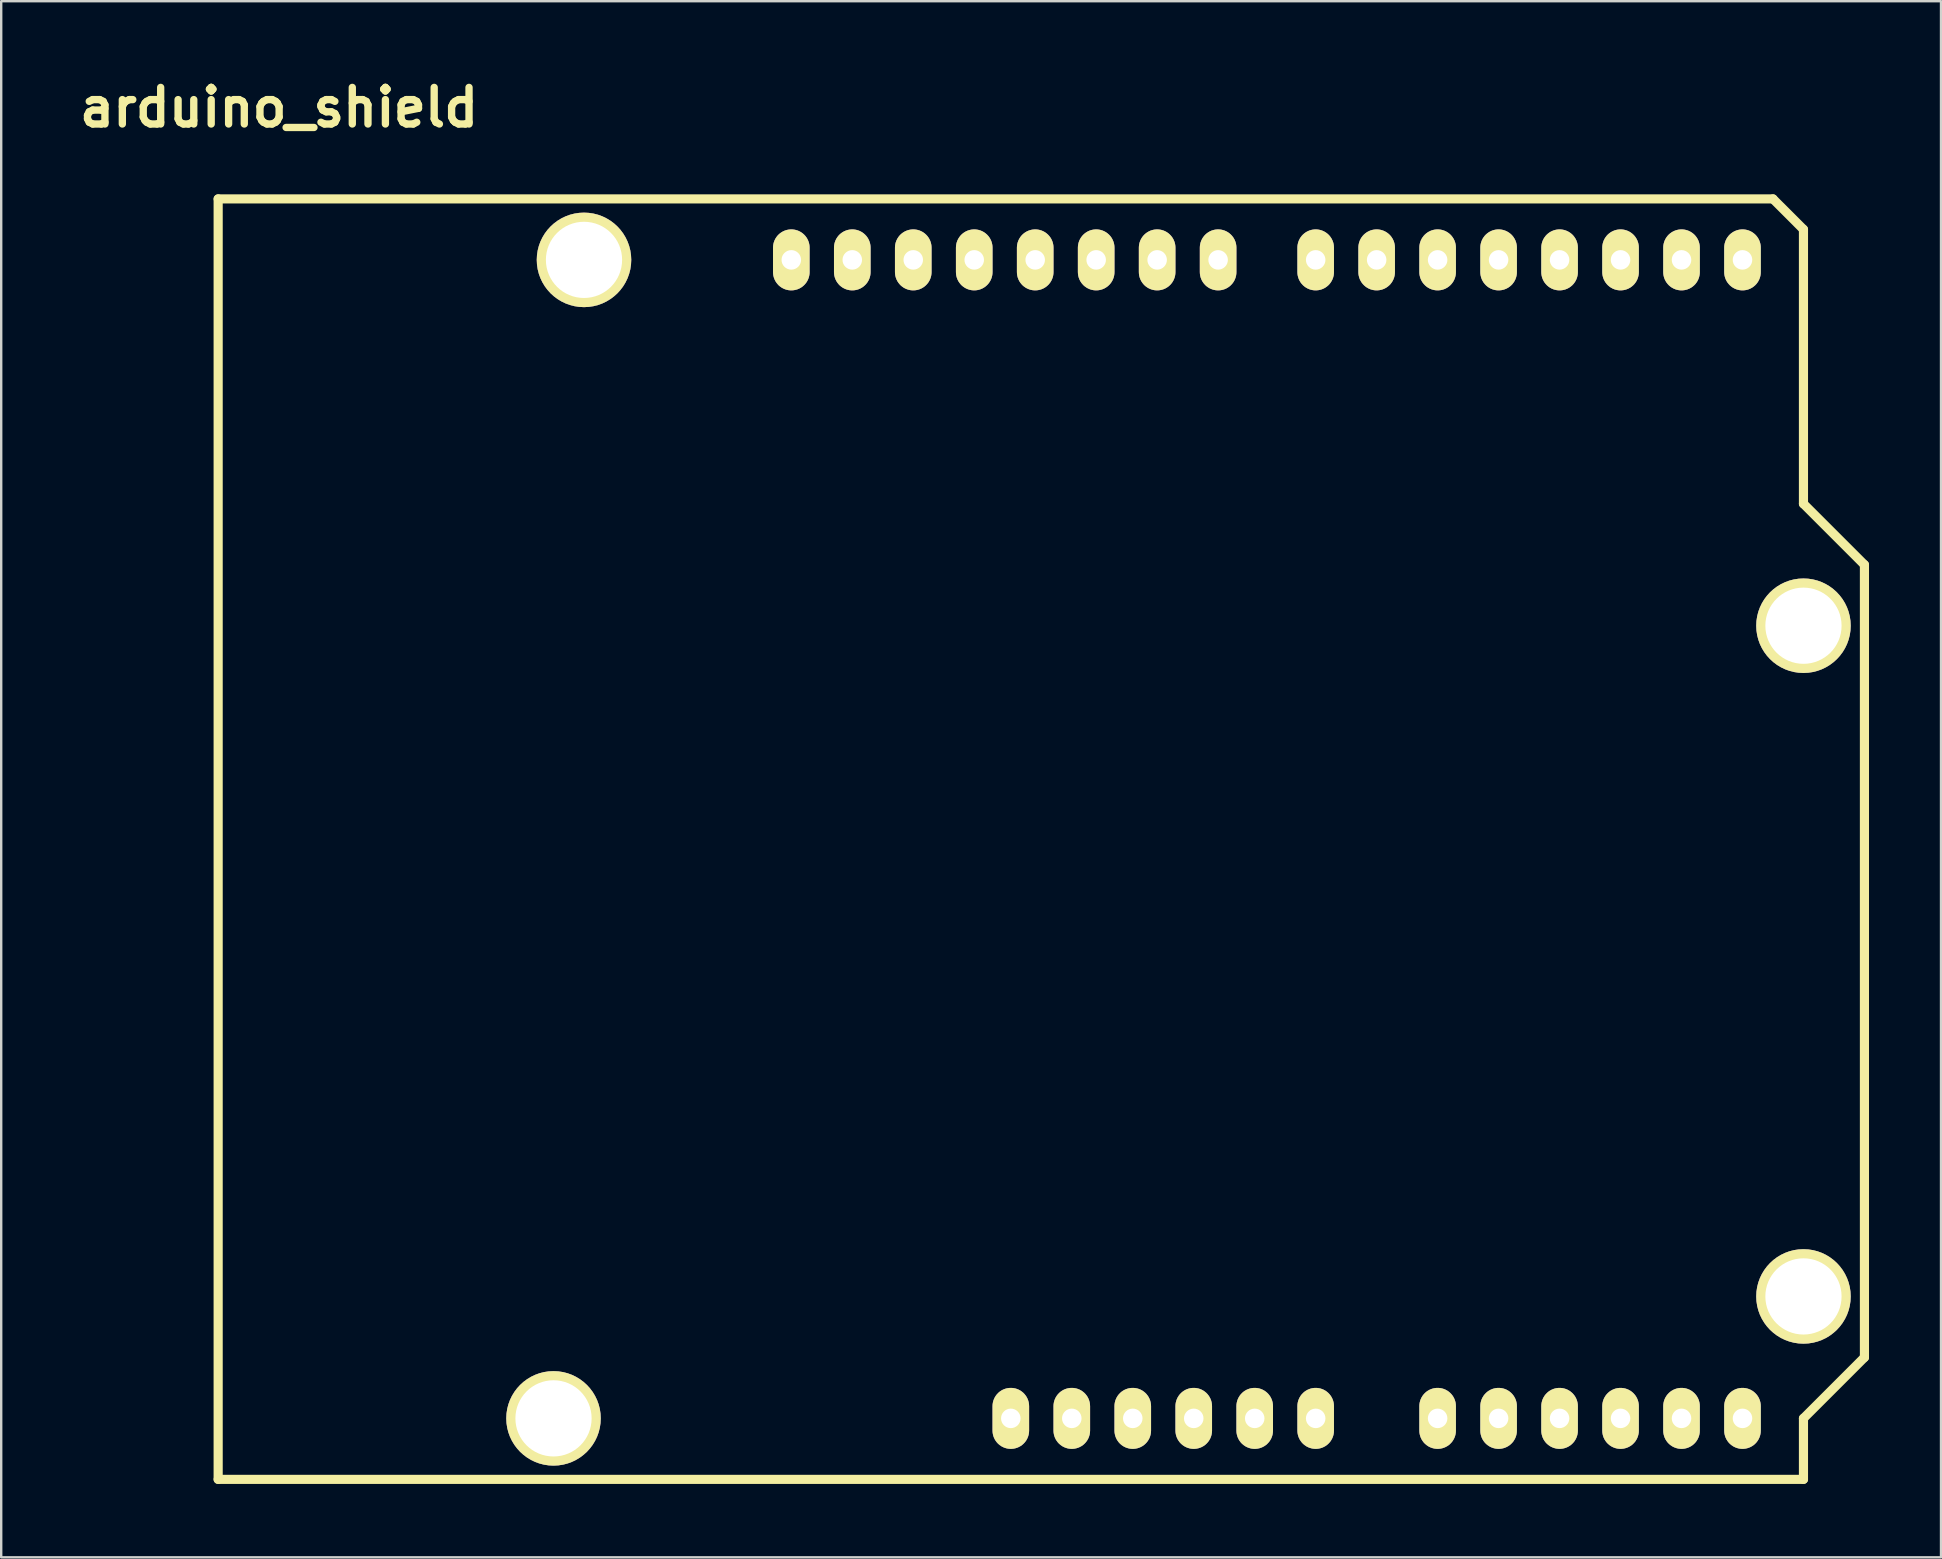
<source format=kicad_pcb>
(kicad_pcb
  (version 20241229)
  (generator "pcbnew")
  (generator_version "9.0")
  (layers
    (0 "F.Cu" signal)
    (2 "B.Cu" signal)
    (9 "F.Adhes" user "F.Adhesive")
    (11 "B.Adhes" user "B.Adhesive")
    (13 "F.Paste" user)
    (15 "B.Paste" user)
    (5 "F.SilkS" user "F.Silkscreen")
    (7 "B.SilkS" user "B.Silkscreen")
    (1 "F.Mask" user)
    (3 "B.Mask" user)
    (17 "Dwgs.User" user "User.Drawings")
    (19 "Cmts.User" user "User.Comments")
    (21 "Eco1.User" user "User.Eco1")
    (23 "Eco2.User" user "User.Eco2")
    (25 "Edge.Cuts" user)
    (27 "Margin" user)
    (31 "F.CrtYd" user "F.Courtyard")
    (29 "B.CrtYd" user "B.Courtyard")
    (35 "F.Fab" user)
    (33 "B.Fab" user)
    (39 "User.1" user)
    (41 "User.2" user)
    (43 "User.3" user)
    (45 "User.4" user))
  (footprint "arduino_shield"
    (layer "F.Cu")
    (at 6.038 58.576)
    (property "Reference" "arduino_shield" (at 2.54 -57.15 0) (layer "F.SilkS") (effects (font (size 1.524 1.524) (thickness 0.305))))
    (attr through_hole)
    (fp_line (start 0 0) (end 0 -53.34) (stroke (width 0.381) (type solid)) (layer "F.SilkS"))
    (fp_line (start 64.77 -53.34) (end 0 -53.34) (stroke (width 0.381) (type solid)) (layer "F.SilkS"))
    (fp_line (start 66.04 -52.07) (end 64.77 -53.34) (stroke (width 0.381) (type solid)) (layer "F.SilkS"))
    (fp_line (start 66.04 -40.64) (end 66.04 -52.07) (stroke (width 0.381) (type solid)) (layer "F.SilkS"))
    (fp_line (start 66.04 -40.64) (end 68.58 -38.1) (stroke (width 0.381) (type solid)) (layer "F.SilkS"))
    (fp_line (start 66.04 -2.54) (end 66.04 0) (stroke (width 0.381) (type solid)) (layer "F.SilkS"))
    (fp_line (start 66.04 0) (end 0 0) (stroke (width 0.381) (type solid)) (layer "F.SilkS"))
    (fp_line (start 68.58 -38.1) (end 68.58 -5.08) (stroke (width 0.381) (type solid)) (layer "F.SilkS"))
    (fp_line (start 68.58 -5.08) (end 66.04 -2.54) (stroke (width 0.381) (type solid)) (layer "F.SilkS"))
    (pad "" thru_hole circle (at 13.97 -2.54 90) (size 3.937 3.937) (drill 3.175) (layers "*.Cu" "*.Mask" "F.SilkS"))
    (pad "" thru_hole circle (at 15.24 -50.8 90) (size 3.937 3.937) (drill 3.175) (layers "*.Cu" "*.Mask" "F.SilkS"))
    (pad "" thru_hole circle (at 66.04 -35.56 90) (size 3.937 3.937) (drill 3.175) (layers "*.Cu" "*.Mask" "F.SilkS"))
    (pad "" thru_hole circle (at 66.04 -7.62 90) (size 3.937 3.937) (drill 3.175) (layers "*.Cu" "*.Mask" "F.SilkS"))
    (pad "0" thru_hole oval (at 63.5 -50.8 90) (size 2.54 1.524) (drill 0.813) (layers "*.Cu" "*.Mask" "F.SilkS"))
    (pad "1" thru_hole oval (at 60.96 -50.8 90) (size 2.54 1.524) (drill 0.813) (layers "*.Cu" "*.Mask" "F.SilkS"))
    (pad "2" thru_hole oval (at 58.42 -50.8 90) (size 2.54 1.524) (drill 0.813) (layers "*.Cu" "*.Mask" "F.SilkS"))
    (pad "3" thru_hole oval (at 55.88 -50.8 90) (size 2.54 1.524) (drill 0.813) (layers "*.Cu" "*.Mask" "F.SilkS"))
    (pad "3V3" thru_hole oval (at 35.56 -2.54 90) (size 2.54 1.524) (drill 0.813) (layers "*.Cu" "*.Mask" "F.SilkS"))
    (pad "4" thru_hole oval (at 53.34 -50.8 90) (size 2.54 1.524) (drill 0.813) (layers "*.Cu" "*.Mask" "F.SilkS"))
    (pad "5" thru_hole oval (at 50.8 -50.8 90) (size 2.54 1.524) (drill 0.813) (layers "*.Cu" "*.Mask" "F.SilkS"))
    (pad "5V" thru_hole oval (at 38.1 -2.54 90) (size 2.54 1.524) (drill 0.813) (layers "*.Cu" "*.Mask" "F.SilkS"))
    (pad "6" thru_hole oval (at 48.26 -50.8 90) (size 2.54 1.524) (drill 0.813) (layers "*.Cu" "*.Mask" "F.SilkS"))
    (pad "7" thru_hole oval (at 45.72 -50.8 90) (size 2.54 1.524) (drill 0.813) (layers "*.Cu" "*.Mask" "F.SilkS"))
    (pad "8" thru_hole oval (at 41.656 -50.8 90) (size 2.54 1.524) (drill 0.813) (layers "*.Cu" "*.Mask" "F.SilkS"))
    (pad "9" thru_hole oval (at 39.116 -50.8 90) (size 2.54 1.524) (drill 0.813) (layers "*.Cu" "*.Mask" "F.SilkS"))
    (pad "10" thru_hole oval (at 36.576 -50.8 90) (size 2.54 1.524) (drill 0.813) (layers "*.Cu" "*.Mask" "F.SilkS"))
    (pad "11" thru_hole oval (at 34.036 -50.8 90) (size 2.54 1.524) (drill 0.813) (layers "*.Cu" "*.Mask" "F.SilkS"))
    (pad "12" thru_hole oval (at 31.496 -50.8 90) (size 2.54 1.524) (drill 0.813) (layers "*.Cu" "*.Mask" "F.SilkS"))
    (pad "13" thru_hole oval (at 28.956 -50.8 90) (size 2.54 1.524) (drill 0.813) (layers "*.Cu" "*.Mask" "F.SilkS"))
    (pad "AD0" thru_hole oval (at 50.8 -2.54 90) (size 2.54 1.524) (drill 0.813) (layers "*.Cu" "*.Mask" "F.SilkS"))
    (pad "AD1" thru_hole oval (at 53.34 -2.54 90) (size 2.54 1.524) (drill 0.813) (layers "*.Cu" "*.Mask" "F.SilkS"))
    (pad "AD2" thru_hole oval (at 55.88 -2.54 90) (size 2.54 1.524) (drill 0.813) (layers "*.Cu" "*.Mask" "F.SilkS"))
    (pad "AD3" thru_hole oval (at 58.42 -2.54 90) (size 2.54 1.524) (drill 0.813) (layers "*.Cu" "*.Mask" "F.SilkS"))
    (pad "AD4" thru_hole oval (at 60.96 -2.54 90) (size 2.54 1.524) (drill 0.813) (layers "*.Cu" "*.Mask" "F.SilkS"))
    (pad "AD5" thru_hole oval (at 63.5 -2.54 90) (size 2.54 1.524) (drill 0.813) (layers "*.Cu" "*.Mask" "F.SilkS"))
    (pad "AREF" thru_hole oval (at 23.876 -50.8 90) (size 2.54 1.524) (drill 0.813) (layers "*.Cu" "*.Mask" "F.SilkS"))
    (pad "GND1" thru_hole oval (at 40.64 -2.54 90) (size 2.54 1.524) (drill 0.813) (layers "*.Cu" "*.Mask" "F.SilkS"))
    (pad "GND2" thru_hole oval (at 43.18 -2.54 90) (size 2.54 1.524) (drill 0.813) (layers "*.Cu" "*.Mask" "F.SilkS"))
    (pad "GND3" thru_hole oval (at 26.416 -50.8 90) (size 2.54 1.524) (drill 0.813) (layers "*.Cu" "*.Mask" "F.SilkS"))
    (pad "RST" thru_hole oval (at 33.02 -2.54 90) (size 2.54 1.524) (drill 0.813) (layers "*.Cu" "*.Mask" "F.SilkS"))
    (pad "V_IN" thru_hole oval (at 45.72 -2.54 90) (size 2.54 1.524) (drill 0.813) (layers "*.Cu" "*.Mask" "F.SilkS")))
  (gr_rect
    (start -3 -3)
    (end 77.808 61.826)
    (stroke (width 0.1) (type default))
    (fill no)
    (layer "Edge.Cuts")))
</source>
